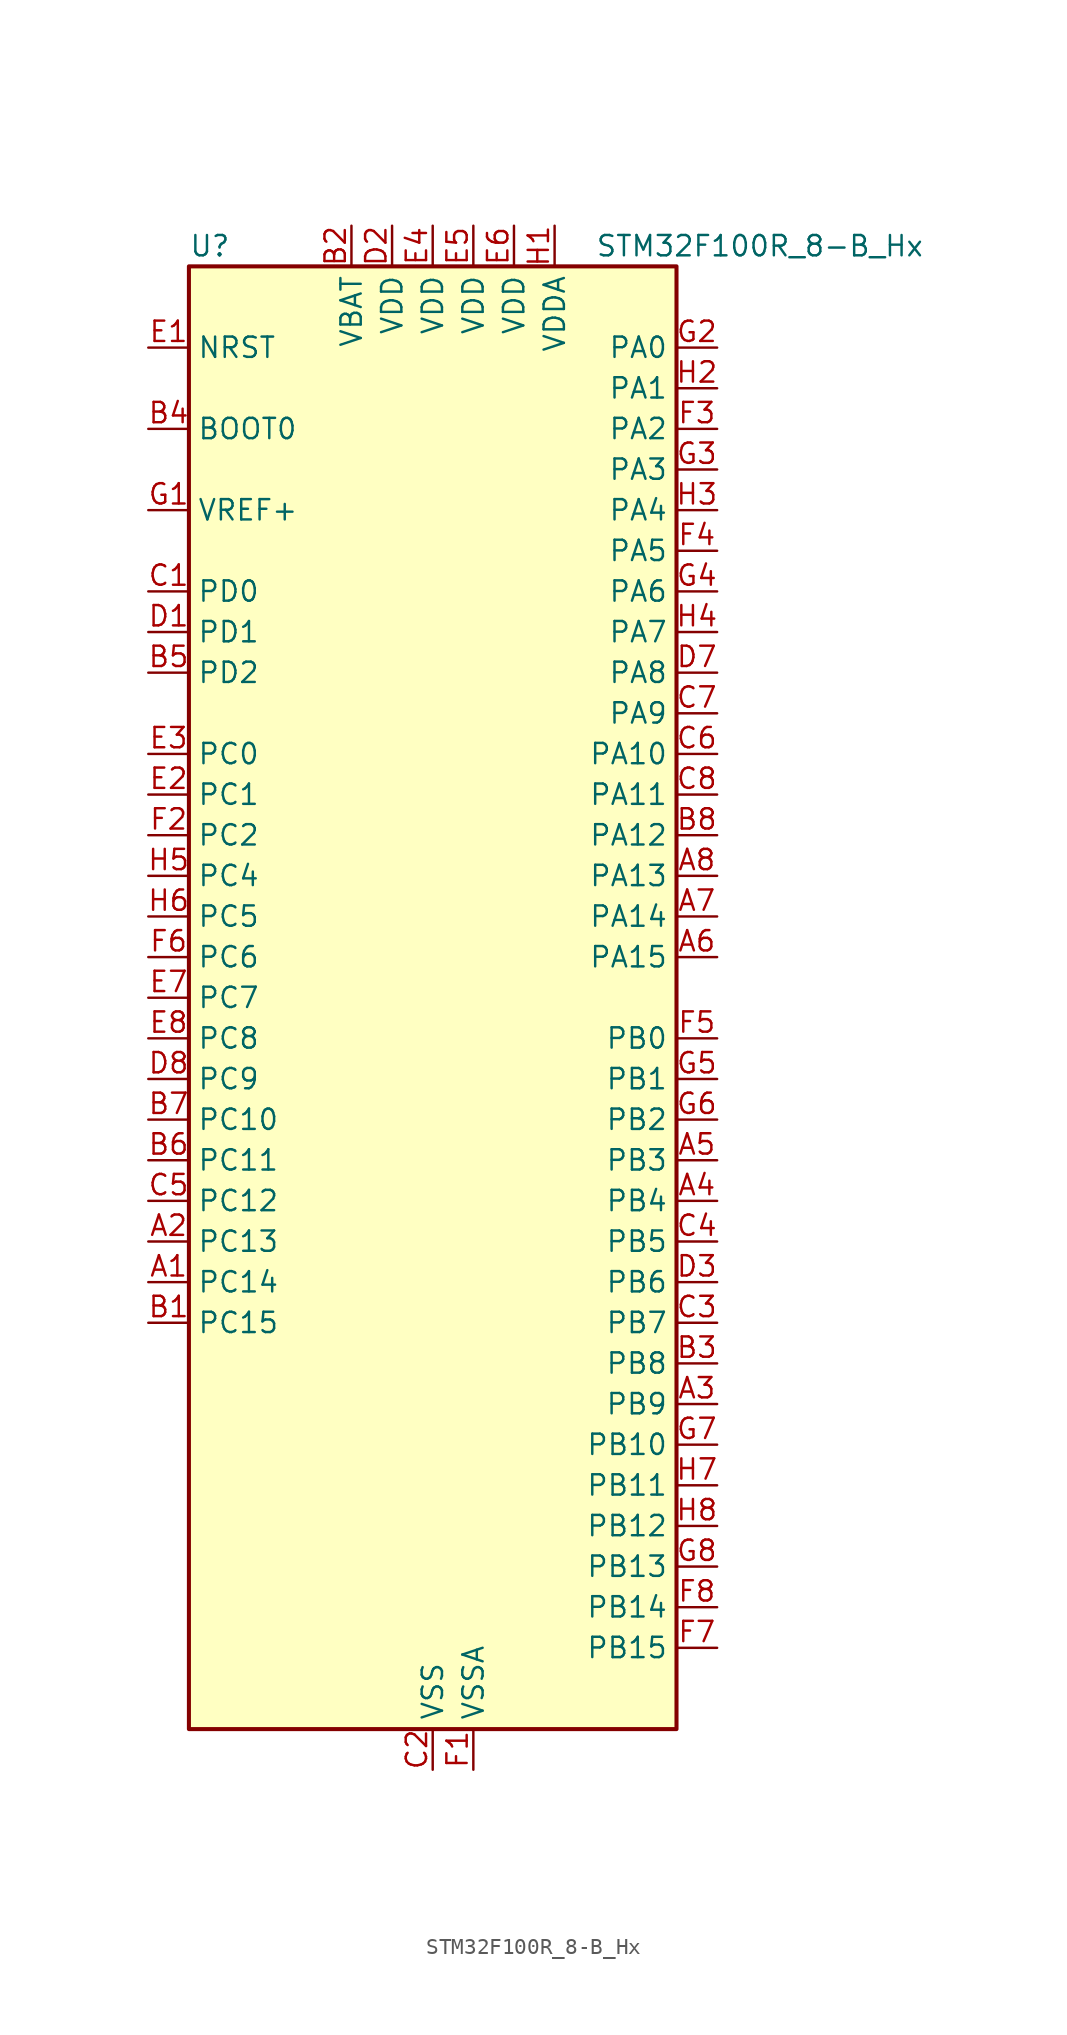
<source format=kicad_sym>
(kicad_symbol_lib
  (version 20241209)
  (generator "kicad_symbol_editor")
  (generator_version "9.0")
  (symbol "STM32F100R_8-B_Hx"
    (property "Reference" "U"
      (at -15.24 46.99 0)
      (effects (font (size 1.27 1.27)) (justify left)))
    (property "Value" "STM32F100R_8-B_Hx"
      (at 10.16 46.99 0)
      (effects (font (size 1.27 1.27)) (justify left)))
    (symbol "STM32F100R_8-B_Hx_0_1"
      (rectangle (start -15.24 -45.72) (end 15.24 45.72) (stroke (width 0.254) (type default)) (fill (type background))))
    (symbol "STM32F100R_8-B_Hx_1_1"
      (pin input line (at -17.78 40.64 0) (length 2.54) (name "NRST" (effects (font (size 1.27 1.27)))) (number "E1" (effects (font (size 1.27 1.27)))))
      (pin input line (at -17.78 35.56 0) (length 2.54) (name "BOOT0" (effects (font (size 1.27 1.27)))) (number "B4" (effects (font (size 1.27 1.27)))))
      (pin input line (at -17.78 30.48 0) (length 2.54) (name "VREF+" (effects (font (size 1.27 1.27)))) (number "G1" (effects (font (size 1.27 1.27)))))
      (pin bidirectional line (at -17.78 25.4 0) (length 2.54) (name "PD0" (effects (font (size 1.27 1.27)))) (number "C1" (effects (font (size 1.27 1.27)))) (alternate "RCC_OSC_IN" bidirectional line))
      (pin bidirectional line (at -17.78 22.86 0) (length 2.54) (name "PD1" (effects (font (size 1.27 1.27)))) (number "D1" (effects (font (size 1.27 1.27)))) (alternate "RCC_OSC_OUT" bidirectional line))
      (pin bidirectional line (at -17.78 20.32 0) (length 2.54) (name "PD2" (effects (font (size 1.27 1.27)))) (number "B5" (effects (font (size 1.27 1.27)))) (alternate "TIM3_ETR" bidirectional line))
      (pin bidirectional line (at -17.78 15.24 0) (length 2.54) (name "PC0" (effects (font (size 1.27 1.27)))) (number "E3" (effects (font (size 1.27 1.27)))) (alternate "ADC1_IN10" bidirectional line))
      (pin bidirectional line (at -17.78 12.7 0) (length 2.54) (name "PC1" (effects (font (size 1.27 1.27)))) (number "E2" (effects (font (size 1.27 1.27)))) (alternate "ADC1_IN11" bidirectional line))
      (pin bidirectional line (at -17.78 10.16 0) (length 2.54) (name "PC2" (effects (font (size 1.27 1.27)))) (number "F2" (effects (font (size 1.27 1.27)))) (alternate "ADC1_IN12" bidirectional line))
      (pin bidirectional line (at -17.78 7.62 0) (length 2.54) (name "PC4" (effects (font (size 1.27 1.27)))) (number "H5" (effects (font (size 1.27 1.27)))) (alternate "ADC1_IN14" bidirectional line))
      (pin bidirectional line (at -17.78 5.08 0) (length 2.54) (name "PC5" (effects (font (size 1.27 1.27)))) (number "H6" (effects (font (size 1.27 1.27)))) (alternate "ADC1_IN15" bidirectional line))
      (pin bidirectional line (at -17.78 2.54 0) (length 2.54) (name "PC6" (effects (font (size 1.27 1.27)))) (number "F6" (effects (font (size 1.27 1.27)))) (alternate "TIM3_CH1" bidirectional line))
      (pin bidirectional line (at -17.78 0 0) (length 2.54) (name "PC7" (effects (font (size 1.27 1.27)))) (number "E7" (effects (font (size 1.27 1.27)))) (alternate "TIM3_CH2" bidirectional line))
      (pin bidirectional line (at -17.78 -2.54 0) (length 2.54) (name "PC8" (effects (font (size 1.27 1.27)))) (number "E8" (effects (font (size 1.27 1.27)))) (alternate "TIM3_CH3" bidirectional line))
      (pin bidirectional line (at -17.78 -5.08 0) (length 2.54) (name "PC9" (effects (font (size 1.27 1.27)))) (number "D8" (effects (font (size 1.27 1.27)))) (alternate "DAC_EXTI9" bidirectional line) (alternate "TIM3_CH4" bidirectional line))
      (pin bidirectional line (at -17.78 -7.62 0) (length 2.54) (name "PC10" (effects (font (size 1.27 1.27)))) (number "B7" (effects (font (size 1.27 1.27)))) (alternate "USART3_TX" bidirectional line))
      (pin bidirectional line (at -17.78 -10.16 0) (length 2.54) (name "PC11" (effects (font (size 1.27 1.27)))) (number "B6" (effects (font (size 1.27 1.27)))) (alternate "ADC1_EXTI11" bidirectional line) (alternate "USART3_RX" bidirectional line))
      (pin bidirectional line (at -17.78 -12.7 0) (length 2.54) (name "PC12" (effects (font (size 1.27 1.27)))) (number "C5" (effects (font (size 1.27 1.27)))) (alternate "USART3_CK" bidirectional line))
      (pin bidirectional line (at -17.78 -15.24 0) (length 2.54) (name "PC13" (effects (font (size 1.27 1.27)))) (number "A2" (effects (font (size 1.27 1.27)))) (alternate "RTC_OUT" bidirectional line) (alternate "RTC_TAMPER" bidirectional line))
      (pin bidirectional line (at -17.78 -17.78 0) (length 2.54) (name "PC14" (effects (font (size 1.27 1.27)))) (number "A1" (effects (font (size 1.27 1.27)))) (alternate "RCC_OSC32_IN" bidirectional line))
      (pin bidirectional line (at -17.78 -20.32 0) (length 2.54) (name "PC15" (effects (font (size 1.27 1.27)))) (number "B1" (effects (font (size 1.27 1.27)))) (alternate "ADC1_EXTI15" bidirectional line) (alternate "RCC_OSC32_OUT" bidirectional line))
      (pin power_in line (at -5.08 48.26 270) (length 2.54) (name "VBAT" (effects (font (size 1.27 1.27)))) (number "B2" (effects (font (size 1.27 1.27)))))
      (pin power_in line (at -2.54 48.26 270) (length 2.54) (name "VDD" (effects (font (size 1.27 1.27)))) (number "D2" (effects (font (size 1.27 1.27)))))
      (pin power_in line (at 0 48.26 270) (length 2.54) (name "VDD" (effects (font (size 1.27 1.27)))) (number "E4" (effects (font (size 1.27 1.27)))))
      (pin power_in line (at 0 -48.26 90) (length 2.54) (name "VSS" (effects (font (size 1.27 1.27)))) (number "C2" (effects (font (size 1.27 1.27)))))
      (pin passive line (at 0 -48.26 90) (length 2.54) (hide yes) (name "VSS" (effects (font (size 1.27 1.27)))) (number "D4" (effects (font (size 1.27 1.27)))))
      (pin passive line (at 0 -48.26 90) (length 2.54) (hide yes) (name "VSS" (effects (font (size 1.27 1.27)))) (number "D5" (effects (font (size 1.27 1.27)))))
      (pin passive line (at 0 -48.26 90) (length 2.54) (hide yes) (name "VSS" (effects (font (size 1.27 1.27)))) (number "D6" (effects (font (size 1.27 1.27)))))
      (pin power_in line (at 2.54 48.26 270) (length 2.54) (name "VDD" (effects (font (size 1.27 1.27)))) (number "E5" (effects (font (size 1.27 1.27)))))
      (pin power_in line (at 2.54 -48.26 90) (length 2.54) (name "VSSA" (effects (font (size 1.27 1.27)))) (number "F1" (effects (font (size 1.27 1.27)))))
      (pin power_in line (at 5.08 48.26 270) (length 2.54) (name "VDD" (effects (font (size 1.27 1.27)))) (number "E6" (effects (font (size 1.27 1.27)))))
      (pin power_in line (at 7.62 48.26 270) (length 2.54) (name "VDDA" (effects (font (size 1.27 1.27)))) (number "H1" (effects (font (size 1.27 1.27)))))
      (pin bidirectional line (at 17.78 40.64 180) (length 2.54) (name "PA0" (effects (font (size 1.27 1.27)))) (number "G2" (effects (font (size 1.27 1.27)))) (alternate "ADC1_IN0" bidirectional line) (alternate "SYS_WKUP" bidirectional line) (alternate "TIM2_CH1" bidirectional line) (alternate "TIM2_ETR" bidirectional line) (alternate "USART2_CTS" bidirectional line))
      (pin bidirectional line (at 17.78 38.1 180) (length 2.54) (name "PA1" (effects (font (size 1.27 1.27)))) (number "H2" (effects (font (size 1.27 1.27)))) (alternate "ADC1_IN1" bidirectional line) (alternate "TIM2_CH2" bidirectional line) (alternate "USART2_RTS" bidirectional line))
      (pin bidirectional line (at 17.78 35.56 180) (length 2.54) (name "PA2" (effects (font (size 1.27 1.27)))) (number "F3" (effects (font (size 1.27 1.27)))) (alternate "ADC1_IN2" bidirectional line) (alternate "TIM15_CH1" bidirectional line) (alternate "TIM2_CH3" bidirectional line) (alternate "USART2_TX" bidirectional line))
      (pin bidirectional line (at 17.78 33.02 180) (length 2.54) (name "PA3" (effects (font (size 1.27 1.27)))) (number "G3" (effects (font (size 1.27 1.27)))) (alternate "ADC1_IN3" bidirectional line) (alternate "TIM15_CH2" bidirectional line) (alternate "TIM2_CH4" bidirectional line) (alternate "USART2_RX" bidirectional line))
      (pin bidirectional line (at 17.78 30.48 180) (length 2.54) (name "PA4" (effects (font (size 1.27 1.27)))) (number "H3" (effects (font (size 1.27 1.27)))) (alternate "ADC1_IN4" bidirectional line) (alternate "DAC_OUT1" bidirectional line) (alternate "SPI1_NSS" bidirectional line) (alternate "USART2_CK" bidirectional line))
      (pin bidirectional line (at 17.78 27.94 180) (length 2.54) (name "PA5" (effects (font (size 1.27 1.27)))) (number "F4" (effects (font (size 1.27 1.27)))) (alternate "ADC1_IN5" bidirectional line) (alternate "DAC_OUT2" bidirectional line) (alternate "SPI1_SCK" bidirectional line))
      (pin bidirectional line (at 17.78 25.4 180) (length 2.54) (name "PA6" (effects (font (size 1.27 1.27)))) (number "G4" (effects (font (size 1.27 1.27)))) (alternate "ADC1_IN6" bidirectional line) (alternate "SPI1_MISO" bidirectional line) (alternate "TIM16_CH1" bidirectional line) (alternate "TIM1_BKIN" bidirectional line) (alternate "TIM3_CH1" bidirectional line))
      (pin bidirectional line (at 17.78 22.86 180) (length 2.54) (name "PA7" (effects (font (size 1.27 1.27)))) (number "H4" (effects (font (size 1.27 1.27)))) (alternate "ADC1_IN7" bidirectional line) (alternate "SPI1_MOSI" bidirectional line) (alternate "TIM17_CH1" bidirectional line) (alternate "TIM1_CH1N" bidirectional line) (alternate "TIM3_CH2" bidirectional line))
      (pin bidirectional line (at 17.78 20.32 180) (length 2.54) (name "PA8" (effects (font (size 1.27 1.27)))) (number "D7" (effects (font (size 1.27 1.27)))) (alternate "RCC_MCO" bidirectional line) (alternate "TIM1_CH1" bidirectional line) (alternate "USART1_CK" bidirectional line))
      (pin bidirectional line (at 17.78 17.78 180) (length 2.54) (name "PA9" (effects (font (size 1.27 1.27)))) (number "C7" (effects (font (size 1.27 1.27)))) (alternate "DAC_EXTI9" bidirectional line) (alternate "TIM15_BKIN" bidirectional line) (alternate "TIM1_CH2" bidirectional line) (alternate "USART1_TX" bidirectional line))
      (pin bidirectional line (at 17.78 15.24 180) (length 2.54) (name "PA10" (effects (font (size 1.27 1.27)))) (number "C6" (effects (font (size 1.27 1.27)))) (alternate "TIM17_BKIN" bidirectional line) (alternate "TIM1_CH3" bidirectional line) (alternate "USART1_RX" bidirectional line))
      (pin bidirectional line (at 17.78 12.7 180) (length 2.54) (name "PA11" (effects (font (size 1.27 1.27)))) (number "C8" (effects (font (size 1.27 1.27)))) (alternate "ADC1_EXTI11" bidirectional line) (alternate "TIM1_CH4" bidirectional line) (alternate "USART1_CTS" bidirectional line))
      (pin bidirectional line (at 17.78 10.16 180) (length 2.54) (name "PA12" (effects (font (size 1.27 1.27)))) (number "B8" (effects (font (size 1.27 1.27)))) (alternate "TIM1_ETR" bidirectional line) (alternate "USART1_RTS" bidirectional line))
      (pin bidirectional line (at 17.78 7.62 180) (length 2.54) (name "PA13" (effects (font (size 1.27 1.27)))) (number "A8" (effects (font (size 1.27 1.27)))) (alternate "SYS_JTMS-SWDIO" bidirectional line))
      (pin bidirectional line (at 17.78 5.08 180) (length 2.54) (name "PA14" (effects (font (size 1.27 1.27)))) (number "A7" (effects (font (size 1.27 1.27)))) (alternate "SYS_JTCK-SWCLK" bidirectional line))
      (pin bidirectional line (at 17.78 2.54 180) (length 2.54) (name "PA15" (effects (font (size 1.27 1.27)))) (number "A6" (effects (font (size 1.27 1.27)))) (alternate "ADC1_EXTI15" bidirectional line) (alternate "SPI1_NSS" bidirectional line) (alternate "SYS_JTDI" bidirectional line) (alternate "TIM2_CH1" bidirectional line) (alternate "TIM2_ETR" bidirectional line))
      (pin bidirectional line (at 17.78 -2.54 180) (length 2.54) (name "PB0" (effects (font (size 1.27 1.27)))) (number "F5" (effects (font (size 1.27 1.27)))) (alternate "ADC1_IN8" bidirectional line) (alternate "TIM1_CH2N" bidirectional line) (alternate "TIM3_CH3" bidirectional line))
      (pin bidirectional line (at 17.78 -5.08 180) (length 2.54) (name "PB1" (effects (font (size 1.27 1.27)))) (number "G5" (effects (font (size 1.27 1.27)))) (alternate "ADC1_IN9" bidirectional line) (alternate "TIM1_CH3N" bidirectional line) (alternate "TIM3_CH4" bidirectional line))
      (pin bidirectional line (at 17.78 -7.62 180) (length 2.54) (name "PB2" (effects (font (size 1.27 1.27)))) (number "G6" (effects (font (size 1.27 1.27)))))
      (pin bidirectional line (at 17.78 -10.16 180) (length 2.54) (name "PB3" (effects (font (size 1.27 1.27)))) (number "A5" (effects (font (size 1.27 1.27)))) (alternate "SPI1_SCK" bidirectional line) (alternate "SYS_JTDO-TRACESWO" bidirectional line) (alternate "TIM2_CH2" bidirectional line))
      (pin bidirectional line (at 17.78 -12.7 180) (length 2.54) (name "PB4" (effects (font (size 1.27 1.27)))) (number "A4" (effects (font (size 1.27 1.27)))) (alternate "SPI1_MISO" bidirectional line) (alternate "SYS_NJTRST" bidirectional line) (alternate "TIM3_CH1" bidirectional line))
      (pin bidirectional line (at 17.78 -15.24 180) (length 2.54) (name "PB5" (effects (font (size 1.27 1.27)))) (number "C4" (effects (font (size 1.27 1.27)))) (alternate "I2C1_SMBA" bidirectional line) (alternate "SPI1_MOSI" bidirectional line) (alternate "TIM16_BKIN" bidirectional line) (alternate "TIM3_CH2" bidirectional line))
      (pin bidirectional line (at 17.78 -17.78 180) (length 2.54) (name "PB6" (effects (font (size 1.27 1.27)))) (number "D3" (effects (font (size 1.27 1.27)))) (alternate "I2C1_SCL" bidirectional line) (alternate "TIM16_CH1N" bidirectional line) (alternate "TIM4_CH1" bidirectional line) (alternate "USART1_TX" bidirectional line))
      (pin bidirectional line (at 17.78 -20.32 180) (length 2.54) (name "PB7" (effects (font (size 1.27 1.27)))) (number "C3" (effects (font (size 1.27 1.27)))) (alternate "I2C1_SDA" bidirectional line) (alternate "TIM17_CH1N" bidirectional line) (alternate "TIM4_CH2" bidirectional line) (alternate "USART1_RX" bidirectional line))
      (pin bidirectional line (at 17.78 -22.86 180) (length 2.54) (name "PB8" (effects (font (size 1.27 1.27)))) (number "B3" (effects (font (size 1.27 1.27)))) (alternate "CEC" bidirectional line) (alternate "I2C1_SCL" bidirectional line) (alternate "TIM16_CH1" bidirectional line) (alternate "TIM4_CH3" bidirectional line))
      (pin bidirectional line (at 17.78 -25.4 180) (length 2.54) (name "PB9" (effects (font (size 1.27 1.27)))) (number "A3" (effects (font (size 1.27 1.27)))) (alternate "DAC_EXTI9" bidirectional line) (alternate "I2C1_SDA" bidirectional line) (alternate "TIM17_CH1" bidirectional line) (alternate "TIM4_CH4" bidirectional line))
      (pin bidirectional line (at 17.78 -27.94 180) (length 2.54) (name "PB10" (effects (font (size 1.27 1.27)))) (number "G7" (effects (font (size 1.27 1.27)))) (alternate "CEC" bidirectional line) (alternate "I2C2_SCL" bidirectional line) (alternate "TIM2_CH3" bidirectional line) (alternate "USART3_TX" bidirectional line))
      (pin bidirectional line (at 17.78 -30.48 180) (length 2.54) (name "PB11" (effects (font (size 1.27 1.27)))) (number "H7" (effects (font (size 1.27 1.27)))) (alternate "ADC1_EXTI11" bidirectional line) (alternate "I2C2_SDA" bidirectional line) (alternate "TIM2_CH4" bidirectional line) (alternate "USART3_RX" bidirectional line))
      (pin bidirectional line (at 17.78 -33.02 180) (length 2.54) (name "PB12" (effects (font (size 1.27 1.27)))) (number "H8" (effects (font (size 1.27 1.27)))) (alternate "I2C2_SMBA" bidirectional line) (alternate "SPI2_NSS" bidirectional line) (alternate "TIM1_BKIN" bidirectional line) (alternate "USART3_CK" bidirectional line))
      (pin bidirectional line (at 17.78 -35.56 180) (length 2.54) (name "PB13" (effects (font (size 1.27 1.27)))) (number "G8" (effects (font (size 1.27 1.27)))) (alternate "SPI2_SCK" bidirectional line) (alternate "TIM1_CH1N" bidirectional line) (alternate "USART3_CTS" bidirectional line))
      (pin bidirectional line (at 17.78 -38.1 180) (length 2.54) (name "PB14" (effects (font (size 1.27 1.27)))) (number "F8" (effects (font (size 1.27 1.27)))) (alternate "SPI2_MISO" bidirectional line) (alternate "TIM15_CH1" bidirectional line) (alternate "TIM1_CH2N" bidirectional line) (alternate "USART3_RTS" bidirectional line))
      (pin bidirectional line (at 17.78 -40.64 180) (length 2.54) (name "PB15" (effects (font (size 1.27 1.27)))) (number "F7" (effects (font (size 1.27 1.27)))) (alternate "ADC1_EXTI15" bidirectional line) (alternate "SPI2_MOSI" bidirectional line) (alternate "TIM15_CH1N" bidirectional line) (alternate "TIM15_CH2" bidirectional line) (alternate "TIM1_CH3N" bidirectional line)))))
</source>
